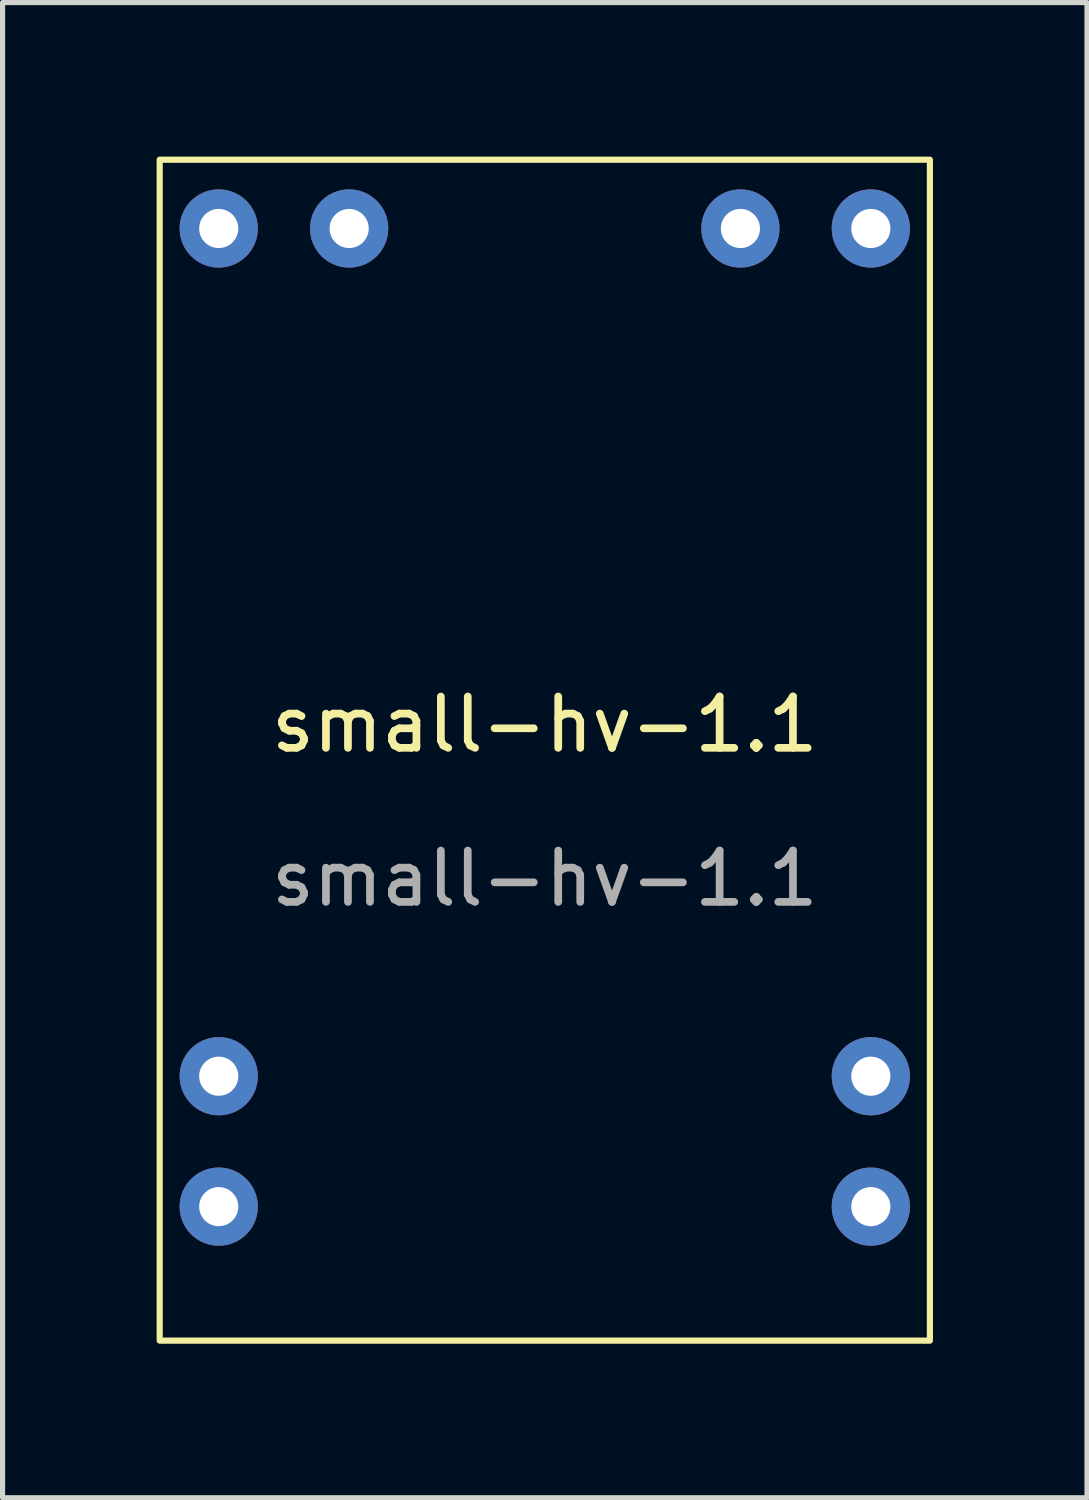
<source format=kicad_pcb>
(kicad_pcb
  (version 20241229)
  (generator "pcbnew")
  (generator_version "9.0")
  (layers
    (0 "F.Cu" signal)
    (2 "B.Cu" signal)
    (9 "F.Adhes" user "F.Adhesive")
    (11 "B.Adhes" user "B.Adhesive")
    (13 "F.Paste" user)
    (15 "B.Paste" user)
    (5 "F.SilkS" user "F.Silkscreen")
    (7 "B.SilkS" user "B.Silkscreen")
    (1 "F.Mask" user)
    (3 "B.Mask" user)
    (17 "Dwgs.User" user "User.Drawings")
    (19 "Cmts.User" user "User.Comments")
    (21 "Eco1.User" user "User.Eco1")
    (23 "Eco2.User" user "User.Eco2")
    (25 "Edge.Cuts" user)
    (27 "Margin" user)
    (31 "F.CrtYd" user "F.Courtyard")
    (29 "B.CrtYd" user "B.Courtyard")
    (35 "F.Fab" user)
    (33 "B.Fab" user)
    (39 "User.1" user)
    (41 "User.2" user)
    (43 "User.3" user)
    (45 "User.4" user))
  (footprint "small-hv-1.1"
    (layer "F.Cu")
    (at 7.56 11.56)
    (property "Reference" "small-hv-1.1" (at 0 -0.5 0) (unlocked yes) (layer "F.SilkS") (effects (font (size 1 1) (thickness 0.15))))
    (attr through_hole)
    (fp_rect (start -7.5 -11.5) (end 7.5 11.5) (stroke (width 0.12) (type solid)) (fill no) (layer "F.SilkS"))
    (fp_text user "${REFERENCE}" (at 0 2.5 0) (unlocked yes) (layer "F.Fab") (effects (font (size 1 1) (thickness 0.15))))
    (pad "1" thru_hole circle (at 3.81 -10.16) (size 1.524 1.524) (drill 0.762) (layers "*.Cu" "*.Mask"))
    (pad "1" thru_hole circle (at 6.35 -10.16) (size 1.524 1.524) (drill 0.762) (layers "*.Cu" "*.Mask"))
    (pad "2" thru_hole circle (at -6.35 -10.16) (size 1.524 1.524) (drill 0.762) (layers "*.Cu" "*.Mask"))
    (pad "2" thru_hole circle (at -6.35 6.35) (size 1.524 1.524) (drill 0.762) (layers "*.Cu" "*.Mask"))
    (pad "2" thru_hole circle (at -6.35 8.89) (size 1.524 1.524) (drill 0.762) (layers "*.Cu" "*.Mask"))
    (pad "2" thru_hole circle (at -3.81 -10.16) (size 1.524 1.524) (drill 0.762) (layers "*.Cu" "*.Mask"))
    (pad "3" thru_hole circle (at 6.35 6.35) (size 1.524 1.524) (drill 0.762) (layers "*.Cu" "*.Mask"))
    (pad "3" thru_hole circle (at 6.35 8.89) (size 1.524 1.524) (drill 0.762) (layers "*.Cu" "*.Mask")))
  (gr_rect
    (start -3 -3)
    (end 18.12 26.12)
    (stroke (width 0.1) (type default))
    (fill no)
    (layer "Edge.Cuts")))
</source>
